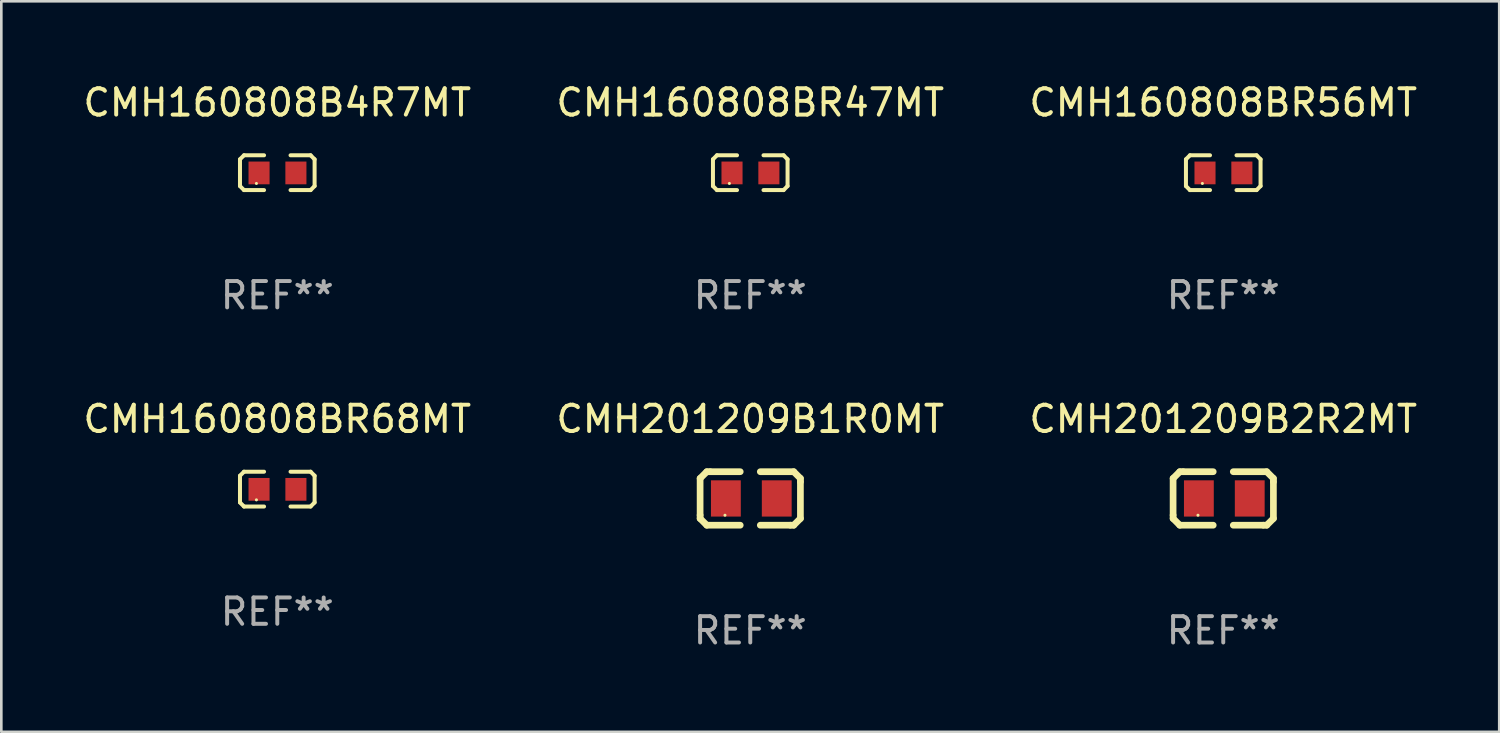
<source format=kicad_pcb>
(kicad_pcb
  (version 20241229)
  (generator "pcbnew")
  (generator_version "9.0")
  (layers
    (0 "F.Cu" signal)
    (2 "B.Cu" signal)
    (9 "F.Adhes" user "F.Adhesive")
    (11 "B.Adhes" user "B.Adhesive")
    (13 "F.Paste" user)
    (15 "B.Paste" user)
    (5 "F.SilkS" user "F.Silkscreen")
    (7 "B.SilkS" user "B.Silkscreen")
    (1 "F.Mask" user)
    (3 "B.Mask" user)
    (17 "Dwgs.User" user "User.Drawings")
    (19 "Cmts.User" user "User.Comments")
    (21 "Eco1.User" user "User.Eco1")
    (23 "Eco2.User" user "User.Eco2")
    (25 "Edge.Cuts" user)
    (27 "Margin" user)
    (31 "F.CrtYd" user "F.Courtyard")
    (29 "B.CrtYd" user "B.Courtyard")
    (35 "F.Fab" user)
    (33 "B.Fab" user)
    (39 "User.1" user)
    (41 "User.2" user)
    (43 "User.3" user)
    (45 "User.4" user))
  (footprint "CMH160808BR47MT"
    (layer "F.Cu")
    (at 25.446 3.509)
    (property "Reference" "CMH160808BR47MT" (at 0 -2.661 0) (layer "F.SilkS") (effects (font (size 1 1) (thickness 0.15))))
    (attr through_hole)
    (fp_line (start -1.417 -0.508) (end -1.265 -0.661) (stroke (width 0.152) (type solid)) (layer "F.SilkS"))
    (fp_line (start -1.417 0.508) (end -1.417 -0.508) (stroke (width 0.152) (type solid)) (layer "F.SilkS"))
    (fp_line (start -1.265 -0.661) (end -0.503 -0.661) (stroke (width 0.152) (type solid)) (layer "F.SilkS"))
    (fp_line (start -1.265 0.661) (end -1.417 0.508) (stroke (width 0.152) (type solid)) (layer "F.SilkS"))
    (fp_line (start -1.265 0.661) (end -0.503 0.661) (stroke (width 0.152) (type solid)) (layer "F.SilkS"))
    (fp_line (start 1.265 -0.661) (end 0.503 -0.661) (stroke (width 0.152) (type solid)) (layer "F.SilkS"))
    (fp_line (start 1.265 -0.661) (end 1.417 -0.508) (stroke (width 0.152) (type solid)) (layer "F.SilkS"))
    (fp_line (start 1.265 0.661) (end 0.503 0.661) (stroke (width 0.152) (type solid)) (layer "F.SilkS"))
    (fp_line (start 1.417 -0.508) (end 1.417 0.508) (stroke (width 0.152) (type solid)) (layer "F.SilkS"))
    (fp_line (start 1.417 0.508) (end 1.265 0.661) (stroke (width 0.152) (type solid)) (layer "F.SilkS"))
    (fp_circle (center -0.793 0.409) (end -0.763 0.409) (stroke (width 0.06) (type solid)) (fill no) (layer "F.SilkS"))
    (fp_text user "REF**" (at 0 4.661 0) (layer "F.Fab") (effects (font (size 1 1) (thickness 0.15))))
    (pad "1" smd rect (at -0.693 0.009 180) (size 0.8 0.864) (layers "F.Cu" "F.Mask" "F.Paste"))
    (pad "2" smd rect (at 0.707 0.009 180) (size 0.8 0.864) (layers "F.Cu" "F.Mask" "F.Paste")))
  (footprint "CMH201209B2R2MT"
    (layer "F.Cu")
    (at 43.411 15.882)
    (property "Reference" "CMH201209B2R2MT" (at 0 -3.016 0) (layer "F.SilkS") (effects (font (size 1 1) (thickness 0.15))))
    (attr through_hole)
    (fp_line (start -1.905 -0.762) (end -1.905 0.635) (stroke (width 0.254) (type solid)) (layer "F.SilkS"))
    (fp_line (start -1.905 0.635) (end -1.905 0.762) (stroke (width 0.254) (type solid)) (layer "F.SilkS"))
    (fp_line (start -1.905 0.762) (end -1.651 1.016) (stroke (width 0.254) (type solid)) (layer "F.SilkS"))
    (fp_line (start -1.651 -1.016) (end -1.905 -0.762) (stroke (width 0.254) (type solid)) (layer "F.SilkS"))
    (fp_line (start -1.651 1.016) (end -0.381 1.016) (stroke (width 0.254) (type solid)) (layer "F.SilkS"))
    (fp_line (start -1.524 -1.016) (end -1.651 -1.016) (stroke (width 0.254) (type solid)) (layer "F.SilkS"))
    (fp_line (start -0.381 -1.016) (end -1.524 -1.016) (stroke (width 0.254) (type solid)) (layer "F.SilkS"))
    (fp_line (start 0.381 1.016) (end 1.524 1.016) (stroke (width 0.254) (type solid)) (layer "F.SilkS"))
    (fp_line (start 1.524 1.016) (end 1.651 1.016) (stroke (width 0.254) (type solid)) (layer "F.SilkS"))
    (fp_line (start 1.651 -1.016) (end 0.381 -1.016) (stroke (width 0.254) (type solid)) (layer "F.SilkS"))
    (fp_line (start 1.651 1.016) (end 1.905 0.762) (stroke (width 0.254) (type solid)) (layer "F.SilkS"))
    (fp_line (start 1.905 -0.762) (end 1.651 -1.016) (stroke (width 0.254) (type solid)) (layer "F.SilkS"))
    (fp_line (start 1.905 -0.635) (end 1.905 -0.762) (stroke (width 0.254) (type solid)) (layer "F.SilkS"))
    (fp_line (start 1.905 0.762) (end 1.905 -0.635) (stroke (width 0.254) (type solid)) (layer "F.SilkS"))
    (fp_circle (center -0.96 0.637) (end -0.93 0.637) (stroke (width 0.06) (type solid)) (fill no) (layer "F.SilkS"))
    (fp_text user "REF**" (at 0 5.016 0) (layer "F.Fab") (effects (font (size 1 1) (thickness 0.15))))
    (pad "1" smd rect (at -0.926 -0.000051) (size 1.133 1.377) (layers "F.Cu" "F.Mask" "F.Paste"))
    (pad "2" smd rect (at 1.006 -0.000051) (size 1.133 1.377) (layers "F.Cu" "F.Mask" "F.Paste")))
  (footprint "CMH160808B4R7MT"
    (layer "F.Cu")
    (at 7.482 3.509)
    (property "Reference" "CMH160808B4R7MT" (at 0 -2.661 0) (layer "F.SilkS") (effects (font (size 1 1) (thickness 0.15))))
    (attr through_hole)
    (fp_line (start -1.417 -0.508) (end -1.265 -0.661) (stroke (width 0.152) (type solid)) (layer "F.SilkS"))
    (fp_line (start -1.417 0.508) (end -1.417 -0.508) (stroke (width 0.152) (type solid)) (layer "F.SilkS"))
    (fp_line (start -1.265 -0.661) (end -0.503 -0.661) (stroke (width 0.152) (type solid)) (layer "F.SilkS"))
    (fp_line (start -1.265 0.661) (end -1.417 0.508) (stroke (width 0.152) (type solid)) (layer "F.SilkS"))
    (fp_line (start -1.265 0.661) (end -0.503 0.661) (stroke (width 0.152) (type solid)) (layer "F.SilkS"))
    (fp_line (start 1.265 -0.661) (end 0.503 -0.661) (stroke (width 0.152) (type solid)) (layer "F.SilkS"))
    (fp_line (start 1.265 -0.661) (end 1.417 -0.508) (stroke (width 0.152) (type solid)) (layer "F.SilkS"))
    (fp_line (start 1.265 0.661) (end 0.503 0.661) (stroke (width 0.152) (type solid)) (layer "F.SilkS"))
    (fp_line (start 1.417 -0.508) (end 1.417 0.508) (stroke (width 0.152) (type solid)) (layer "F.SilkS"))
    (fp_line (start 1.417 0.508) (end 1.265 0.661) (stroke (width 0.152) (type solid)) (layer "F.SilkS"))
    (fp_circle (center -0.793 0.409) (end -0.763 0.409) (stroke (width 0.06) (type solid)) (fill no) (layer "F.SilkS"))
    (fp_text user "REF**" (at 0 4.661 0) (layer "F.Fab") (effects (font (size 1 1) (thickness 0.15))))
    (pad "1" smd rect (at -0.693 0.009 180) (size 0.8 0.864) (layers "F.Cu" "F.Mask" "F.Paste"))
    (pad "2" smd rect (at 0.707 0.009 180) (size 0.8 0.864) (layers "F.Cu" "F.Mask" "F.Paste")))
  (footprint "CMH160808BR68MT"
    (layer "F.Cu")
    (at 7.482 15.527)
    (property "Reference" "CMH160808BR68MT" (at 0 -2.661 0) (layer "F.SilkS") (effects (font (size 1 1) (thickness 0.15))))
    (attr through_hole)
    (fp_line (start -1.417 -0.508) (end -1.265 -0.661) (stroke (width 0.152) (type solid)) (layer "F.SilkS"))
    (fp_line (start -1.417 0.508) (end -1.417 -0.508) (stroke (width 0.152) (type solid)) (layer "F.SilkS"))
    (fp_line (start -1.265 -0.661) (end -0.503 -0.661) (stroke (width 0.152) (type solid)) (layer "F.SilkS"))
    (fp_line (start -1.265 0.661) (end -1.417 0.508) (stroke (width 0.152) (type solid)) (layer "F.SilkS"))
    (fp_line (start -1.265 0.661) (end -0.503 0.661) (stroke (width 0.152) (type solid)) (layer "F.SilkS"))
    (fp_line (start 1.265 -0.661) (end 0.503 -0.661) (stroke (width 0.152) (type solid)) (layer "F.SilkS"))
    (fp_line (start 1.265 -0.661) (end 1.417 -0.508) (stroke (width 0.152) (type solid)) (layer "F.SilkS"))
    (fp_line (start 1.265 0.661) (end 0.503 0.661) (stroke (width 0.152) (type solid)) (layer "F.SilkS"))
    (fp_line (start 1.417 -0.508) (end 1.417 0.508) (stroke (width 0.152) (type solid)) (layer "F.SilkS"))
    (fp_line (start 1.417 0.508) (end 1.265 0.661) (stroke (width 0.152) (type solid)) (layer "F.SilkS"))
    (fp_circle (center -0.793 0.409) (end -0.763 0.409) (stroke (width 0.06) (type solid)) (fill no) (layer "F.SilkS"))
    (fp_text user "REF**" (at 0 4.661 0) (layer "F.Fab") (effects (font (size 1 1) (thickness 0.15))))
    (pad "1" smd rect (at -0.693 0.009 180) (size 0.8 0.864) (layers "F.Cu" "F.Mask" "F.Paste"))
    (pad "2" smd rect (at 0.707 0.009 180) (size 0.8 0.864) (layers "F.Cu" "F.Mask" "F.Paste")))
  (footprint "CMH201209B1R0MT"
    (layer "F.Cu")
    (at 25.446 15.882)
    (property "Reference" "CMH201209B1R0MT" (at 0 -3.016 0) (layer "F.SilkS") (effects (font (size 1 1) (thickness 0.15))))
    (attr through_hole)
    (fp_line (start -1.905 -0.762) (end -1.905 0.635) (stroke (width 0.254) (type solid)) (layer "F.SilkS"))
    (fp_line (start -1.905 0.635) (end -1.905 0.762) (stroke (width 0.254) (type solid)) (layer "F.SilkS"))
    (fp_line (start -1.905 0.762) (end -1.651 1.016) (stroke (width 0.254) (type solid)) (layer "F.SilkS"))
    (fp_line (start -1.651 -1.016) (end -1.905 -0.762) (stroke (width 0.254) (type solid)) (layer "F.SilkS"))
    (fp_line (start -1.651 1.016) (end -0.381 1.016) (stroke (width 0.254) (type solid)) (layer "F.SilkS"))
    (fp_line (start -1.524 -1.016) (end -1.651 -1.016) (stroke (width 0.254) (type solid)) (layer "F.SilkS"))
    (fp_line (start -0.381 -1.016) (end -1.524 -1.016) (stroke (width 0.254) (type solid)) (layer "F.SilkS"))
    (fp_line (start 0.381 1.016) (end 1.524 1.016) (stroke (width 0.254) (type solid)) (layer "F.SilkS"))
    (fp_line (start 1.524 1.016) (end 1.651 1.016) (stroke (width 0.254) (type solid)) (layer "F.SilkS"))
    (fp_line (start 1.651 -1.016) (end 0.381 -1.016) (stroke (width 0.254) (type solid)) (layer "F.SilkS"))
    (fp_line (start 1.651 1.016) (end 1.905 0.762) (stroke (width 0.254) (type solid)) (layer "F.SilkS"))
    (fp_line (start 1.905 -0.762) (end 1.651 -1.016) (stroke (width 0.254) (type solid)) (layer "F.SilkS"))
    (fp_line (start 1.905 -0.635) (end 1.905 -0.762) (stroke (width 0.254) (type solid)) (layer "F.SilkS"))
    (fp_line (start 1.905 0.762) (end 1.905 -0.635) (stroke (width 0.254) (type solid)) (layer "F.SilkS"))
    (fp_circle (center -0.96 0.637) (end -0.93 0.637) (stroke (width 0.06) (type solid)) (fill no) (layer "F.SilkS"))
    (fp_text user "REF**" (at 0 5.016 0) (layer "F.Fab") (effects (font (size 1 1) (thickness 0.15))))
    (pad "1" smd rect (at -0.926 -0.000051) (size 1.133 1.377) (layers "F.Cu" "F.Mask" "F.Paste"))
    (pad "2" smd rect (at 1.006 -0.000051) (size 1.133 1.377) (layers "F.Cu" "F.Mask" "F.Paste")))
  (footprint "CMH160808BR56MT"
    (layer "F.Cu")
    (at 43.411 3.509)
    (property "Reference" "CMH160808BR56MT" (at 0 -2.661 0) (layer "F.SilkS") (effects (font (size 1 1) (thickness 0.15))))
    (attr through_hole)
    (fp_line (start -1.417 -0.508) (end -1.265 -0.661) (stroke (width 0.152) (type solid)) (layer "F.SilkS"))
    (fp_line (start -1.417 0.508) (end -1.417 -0.508) (stroke (width 0.152) (type solid)) (layer "F.SilkS"))
    (fp_line (start -1.265 -0.661) (end -0.503 -0.661) (stroke (width 0.152) (type solid)) (layer "F.SilkS"))
    (fp_line (start -1.265 0.661) (end -1.417 0.508) (stroke (width 0.152) (type solid)) (layer "F.SilkS"))
    (fp_line (start -1.265 0.661) (end -0.503 0.661) (stroke (width 0.152) (type solid)) (layer "F.SilkS"))
    (fp_line (start 1.265 -0.661) (end 0.503 -0.661) (stroke (width 0.152) (type solid)) (layer "F.SilkS"))
    (fp_line (start 1.265 -0.661) (end 1.417 -0.508) (stroke (width 0.152) (type solid)) (layer "F.SilkS"))
    (fp_line (start 1.265 0.661) (end 0.503 0.661) (stroke (width 0.152) (type solid)) (layer "F.SilkS"))
    (fp_line (start 1.417 -0.508) (end 1.417 0.508) (stroke (width 0.152) (type solid)) (layer "F.SilkS"))
    (fp_line (start 1.417 0.508) (end 1.265 0.661) (stroke (width 0.152) (type solid)) (layer "F.SilkS"))
    (fp_circle (center -0.793 0.409) (end -0.763 0.409) (stroke (width 0.06) (type solid)) (fill no) (layer "F.SilkS"))
    (fp_text user "REF**" (at 0 4.661 0) (layer "F.Fab") (effects (font (size 1 1) (thickness 0.15))))
    (pad "1" smd rect (at -0.693 0.009 180) (size 0.8 0.864) (layers "F.Cu" "F.Mask" "F.Paste"))
    (pad "2" smd rect (at 0.707 0.009 180) (size 0.8 0.864) (layers "F.Cu" "F.Mask" "F.Paste")))
  (gr_rect
    (start -3 -3)
    (end 53.893 24.746)
    (stroke (width 0.1) (type default))
    (fill no)
    (layer "Edge.Cuts")))
</source>
